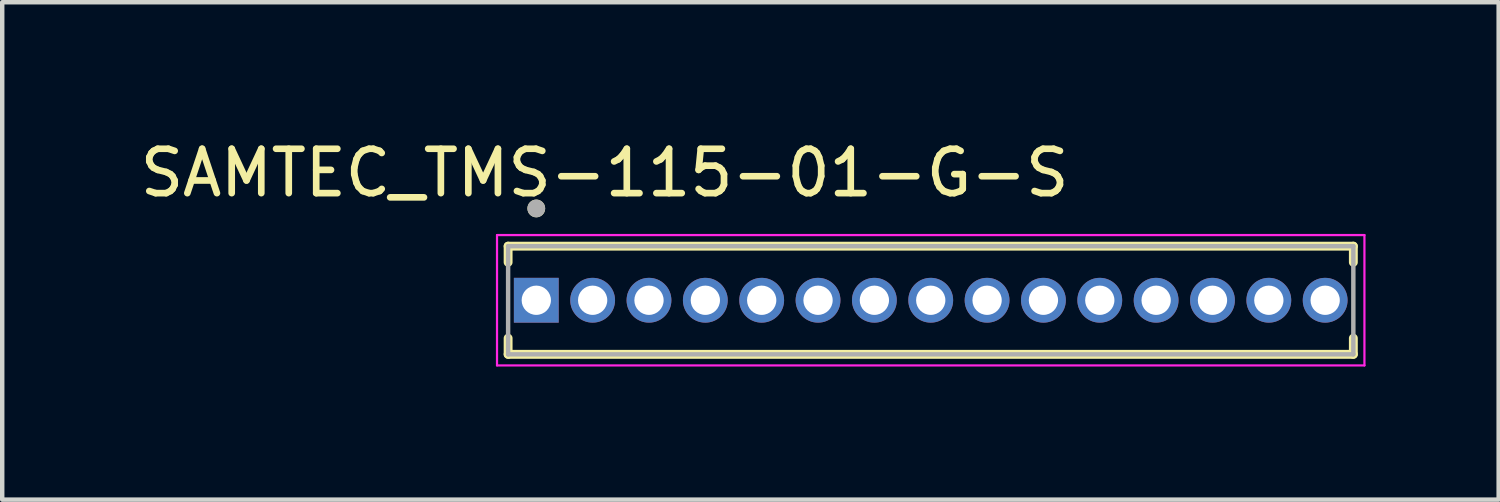
<source format=kicad_pcb>
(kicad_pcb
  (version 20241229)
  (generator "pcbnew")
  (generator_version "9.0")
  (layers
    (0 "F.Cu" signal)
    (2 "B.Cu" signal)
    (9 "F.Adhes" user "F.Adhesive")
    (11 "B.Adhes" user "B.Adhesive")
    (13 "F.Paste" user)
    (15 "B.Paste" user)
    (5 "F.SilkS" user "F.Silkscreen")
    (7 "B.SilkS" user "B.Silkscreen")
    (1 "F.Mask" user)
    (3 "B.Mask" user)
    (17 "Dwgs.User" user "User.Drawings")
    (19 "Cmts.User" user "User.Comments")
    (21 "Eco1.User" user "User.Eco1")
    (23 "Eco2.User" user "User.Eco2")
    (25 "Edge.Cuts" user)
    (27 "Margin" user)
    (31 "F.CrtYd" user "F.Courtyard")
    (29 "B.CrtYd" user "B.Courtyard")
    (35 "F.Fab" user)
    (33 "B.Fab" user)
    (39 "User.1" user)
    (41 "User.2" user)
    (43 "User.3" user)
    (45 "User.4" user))
  (footprint "SAMTEC_TMS-115-01-G-S"
    (layer "F.Cu")
    (at 17.927 3.717)
    (property "Reference" "SAMTEC_TMS-115-01-G-S" (at -7.35 -2.869 0) (layer "F.SilkS") (effects (font (size 1 1) (thickness 0.15))))
    (attr through_hole)
    (fp_line (start -9.525 -1.219) (end -9.525 -0.855) (stroke (width 0.2) (type solid)) (layer "F.SilkS"))
    (fp_line (start -9.525 -1.219) (end 9.525 -1.219) (stroke (width 0.2) (type solid)) (layer "F.SilkS"))
    (fp_line (start -9.525 1.219) (end -9.525 0.855) (stroke (width 0.2) (type solid)) (layer "F.SilkS"))
    (fp_line (start -9.525 1.219) (end 9.525 1.219) (stroke (width 0.2) (type solid)) (layer "F.SilkS"))
    (fp_line (start 9.525 -1.219) (end 9.525 -0.855) (stroke (width 0.2) (type solid)) (layer "F.SilkS"))
    (fp_line (start 9.525 1.219) (end 9.525 0.855) (stroke (width 0.2) (type solid)) (layer "F.SilkS"))
    (fp_circle (center -8.89 -2.069) (end -8.79 -2.069) (stroke (width 0.2) (type solid)) (fill no) (layer "F.SilkS"))
    (fp_line (start -9.775 -1.469) (end 9.775 -1.469) (stroke (width 0.05) (type solid)) (layer "F.CrtYd"))
    (fp_line (start -9.775 1.469) (end -9.775 -1.469) (stroke (width 0.05) (type solid)) (layer "F.CrtYd"))
    (fp_line (start -9.775 1.469) (end 9.775 1.469) (stroke (width 0.05) (type solid)) (layer "F.CrtYd"))
    (fp_line (start 9.775 1.469) (end 9.775 -1.469) (stroke (width 0.05) (type solid)) (layer "F.CrtYd"))
    (fp_line (start -9.525 -1.219) (end 9.525 -1.219) (stroke (width 0.1) (type solid)) (layer "F.Fab"))
    (fp_line (start -9.525 1.219) (end -9.525 -1.219) (stroke (width 0.1) (type solid)) (layer "F.Fab"))
    (fp_line (start -9.525 1.219) (end 9.525 1.219) (stroke (width 0.1) (type solid)) (layer "F.Fab"))
    (fp_line (start 9.525 1.219) (end 9.525 -1.219) (stroke (width 0.1) (type solid)) (layer "F.Fab"))
    (fp_circle (center -8.89 -2.069) (end -8.79 -2.069) (stroke (width 0.2) (type solid)) (fill no) (layer "F.Fab"))
    (pad "01" thru_hole rect (at -8.89 0) (size 1.01 1.01) (drill 0.66) (layers "*.Cu" "*.Mask"))
    (pad "02" thru_hole circle (at -7.62 0) (size 1.01 1.01) (drill 0.66) (layers "*.Cu" "*.Mask"))
    (pad "03" thru_hole circle (at -6.35 0) (size 1.01 1.01) (drill 0.66) (layers "*.Cu" "*.Mask"))
    (pad "04" thru_hole circle (at -5.08 0) (size 1.01 1.01) (drill 0.66) (layers "*.Cu" "*.Mask"))
    (pad "05" thru_hole circle (at -3.81 0) (size 1.01 1.01) (drill 0.66) (layers "*.Cu" "*.Mask"))
    (pad "06" thru_hole circle (at -2.54 0) (size 1.01 1.01) (drill 0.66) (layers "*.Cu" "*.Mask"))
    (pad "07" thru_hole circle (at -1.27 0) (size 1.01 1.01) (drill 0.66) (layers "*.Cu" "*.Mask"))
    (pad "08" thru_hole circle (at 0 0) (size 1.01 1.01) (drill 0.66) (layers "*.Cu" "*.Mask"))
    (pad "09" thru_hole circle (at 1.27 0) (size 1.01 1.01) (drill 0.66) (layers "*.Cu" "*.Mask"))
    (pad "10" thru_hole circle (at 2.54 0) (size 1.01 1.01) (drill 0.66) (layers "*.Cu" "*.Mask"))
    (pad "11" thru_hole circle (at 3.81 0) (size 1.01 1.01) (drill 0.66) (layers "*.Cu" "*.Mask"))
    (pad "12" thru_hole circle (at 5.08 0) (size 1.01 1.01) (drill 0.66) (layers "*.Cu" "*.Mask"))
    (pad "13" thru_hole circle (at 6.35 0) (size 1.01 1.01) (drill 0.66) (layers "*.Cu" "*.Mask"))
    (pad "14" thru_hole circle (at 7.62 0) (size 1.01 1.01) (drill 0.66) (layers "*.Cu" "*.Mask"))
    (pad "15" thru_hole circle (at 8.89 0) (size 1.01 1.01) (drill 0.66) (layers "*.Cu" "*.Mask")))
  (gr_rect
    (start -3 -3)
    (end 30.727 8.211)
    (stroke (width 0.1) (type default))
    (fill no)
    (layer "Edge.Cuts")))
</source>
